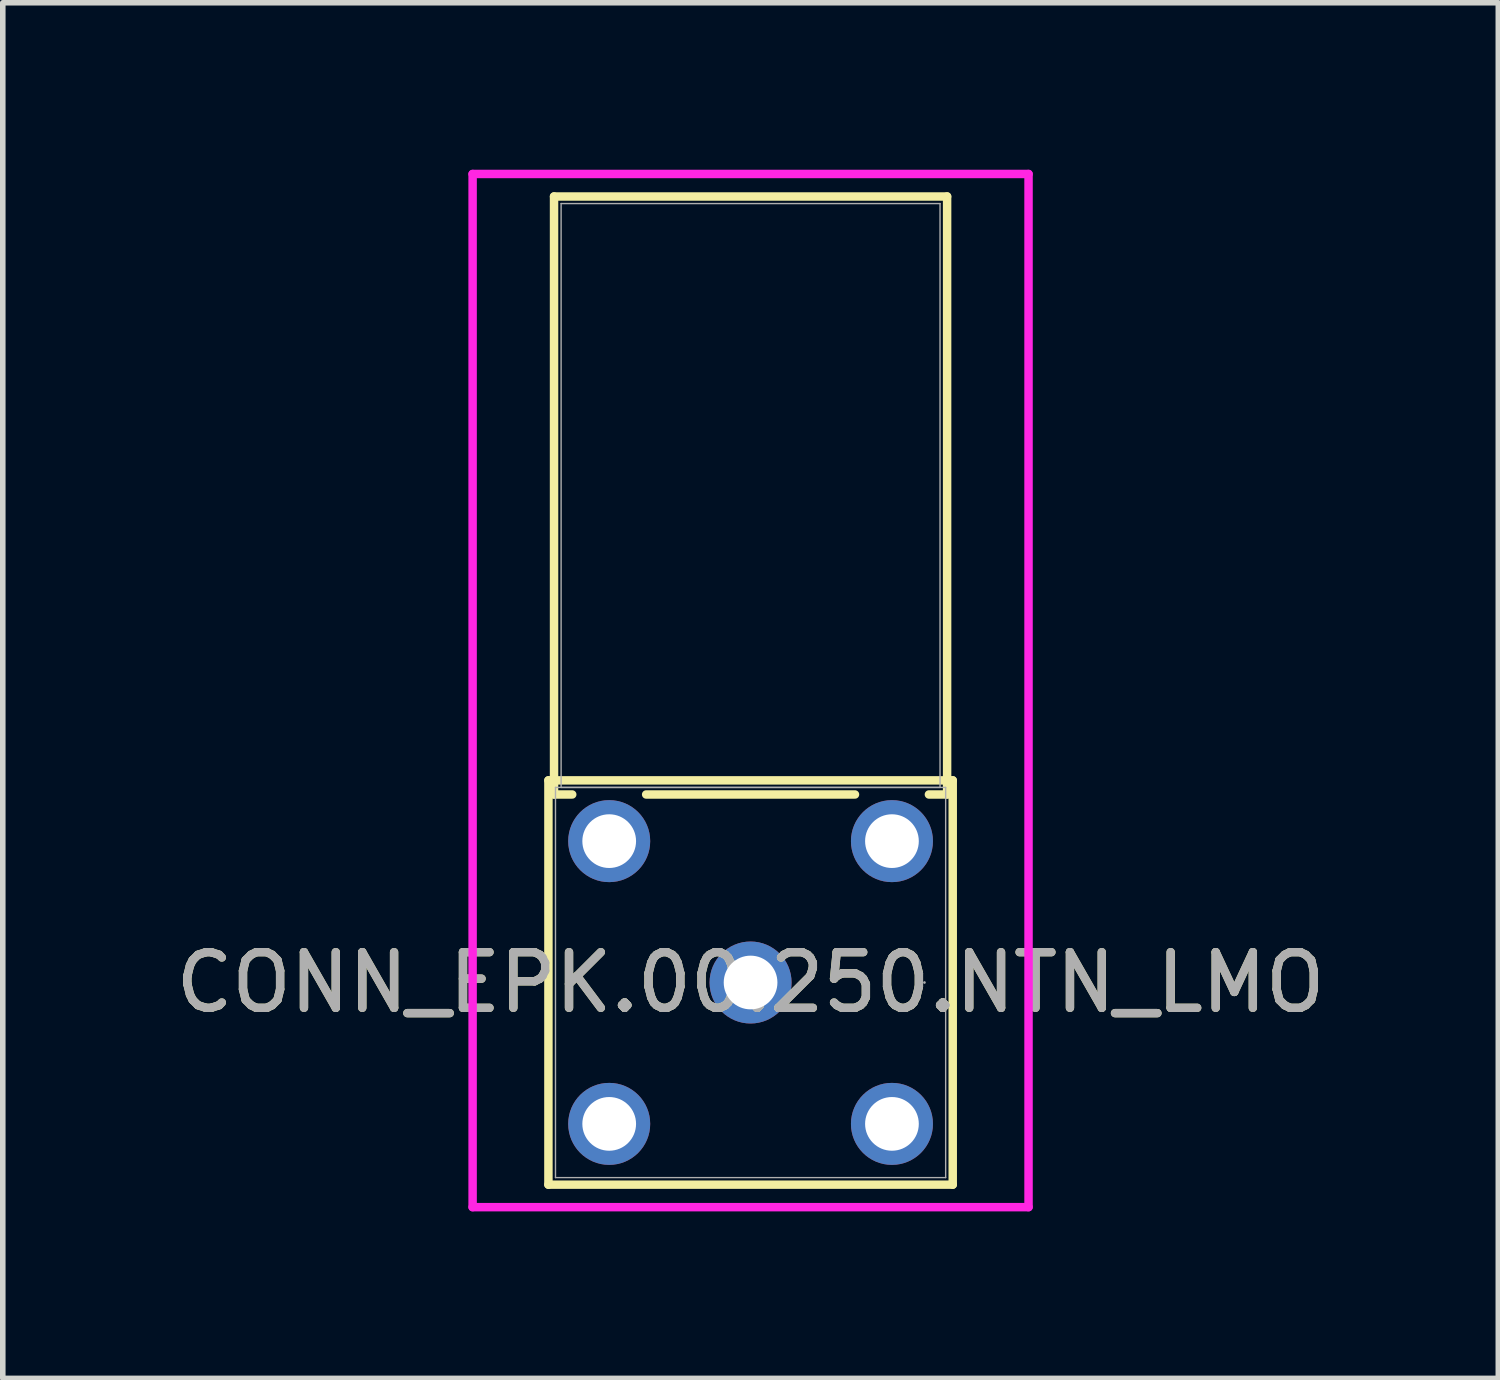
<source format=kicad_pcb>
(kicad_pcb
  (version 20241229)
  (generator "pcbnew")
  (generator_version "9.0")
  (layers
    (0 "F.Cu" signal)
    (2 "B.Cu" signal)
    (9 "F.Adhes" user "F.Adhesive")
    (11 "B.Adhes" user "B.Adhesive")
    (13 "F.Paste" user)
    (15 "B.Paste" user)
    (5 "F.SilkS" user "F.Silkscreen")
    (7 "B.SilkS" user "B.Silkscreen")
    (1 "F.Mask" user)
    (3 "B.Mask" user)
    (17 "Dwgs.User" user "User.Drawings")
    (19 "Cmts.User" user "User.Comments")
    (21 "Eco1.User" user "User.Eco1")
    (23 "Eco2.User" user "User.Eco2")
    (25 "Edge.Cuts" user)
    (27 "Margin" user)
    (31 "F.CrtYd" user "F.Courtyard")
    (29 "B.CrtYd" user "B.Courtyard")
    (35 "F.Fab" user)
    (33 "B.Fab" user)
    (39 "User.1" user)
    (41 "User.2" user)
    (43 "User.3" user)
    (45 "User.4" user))
  (footprint "CONN_EPK.00.250.NTN_LMO"
    (layer "F.Cu")
    (at 10.435 14.602)
    (property "Reference" "CONN_EPK.00.250.NTN_LMO" (at 0 0 0) (unlocked yes) (layer "F.SilkS") (effects (font (size 1 1) (thickness 0.15))))
    (attr through_hole)
    (fp_line (start -3.632 -3.632) (end -3.632 3.632) (stroke (width 0.152) (type solid)) (layer "F.SilkS"))
    (fp_line (start -3.632 3.632) (end 3.632 3.632) (stroke (width 0.152) (type solid)) (layer "F.SilkS"))
    (fp_line (start -3.531 -14.122) (end -3.531 -3.378) (stroke (width 0.152) (type solid)) (layer "F.SilkS"))
    (fp_line (start -3.531 -3.378) (end -3.204 -3.378) (stroke (width 0.152) (type solid)) (layer "F.SilkS"))
    (fp_line (start -1.876 -3.378) (end 1.876 -3.378) (stroke (width 0.152) (type solid)) (layer "F.SilkS"))
    (fp_line (start 3.204 -3.378) (end 3.531 -3.378) (stroke (width 0.152) (type solid)) (layer "F.SilkS"))
    (fp_line (start 3.531 -14.122) (end -3.531 -14.122) (stroke (width 0.152) (type solid)) (layer "F.SilkS"))
    (fp_line (start 3.531 -3.378) (end 3.531 -14.122) (stroke (width 0.152) (type solid)) (layer "F.SilkS"))
    (fp_line (start 3.632 -3.632) (end -3.632 -3.632) (stroke (width 0.152) (type solid)) (layer "F.SilkS"))
    (fp_line (start 3.632 3.632) (end 3.632 -3.632) (stroke (width 0.152) (type solid)) (layer "F.SilkS"))
    (fp_line (start -4.994 -14.526) (end 4.994 -14.526) (stroke (width 0.152) (type solid)) (layer "F.CrtYd"))
    (fp_line (start -4.994 4.036) (end -4.994 -14.526) (stroke (width 0.152) (type solid)) (layer "F.CrtYd"))
    (fp_line (start 4.994 -14.526) (end 4.994 4.036) (stroke (width 0.152) (type solid)) (layer "F.CrtYd"))
    (fp_line (start 4.994 4.036) (end -4.994 4.036) (stroke (width 0.152) (type solid)) (layer "F.CrtYd"))
    (fp_line (start -3.505 -3.505) (end -3.505 3.505) (stroke (width 0.025) (type solid)) (layer "F.Fab"))
    (fp_line (start -3.505 3.505) (end 3.505 3.505) (stroke (width 0.025) (type solid)) (layer "F.Fab"))
    (fp_line (start -3.404 -13.995) (end -3.404 -3.505) (stroke (width 0.025) (type solid)) (layer "F.Fab"))
    (fp_line (start -3.404 -3.505) (end 3.404 -3.505) (stroke (width 0.025) (type solid)) (layer "F.Fab"))
    (fp_line (start 3.404 -13.995) (end -3.404 -13.995) (stroke (width 0.025) (type solid)) (layer "F.Fab"))
    (fp_line (start 3.404 -3.505) (end 3.404 -13.995) (stroke (width 0.025) (type solid)) (layer "F.Fab"))
    (fp_line (start 3.505 -3.505) (end -3.505 -3.505) (stroke (width 0.025) (type solid)) (layer "F.Fab"))
    (fp_line (start 3.505 3.505) (end 3.505 -3.505) (stroke (width 0.025) (type solid)) (layer "F.Fab"))
    (fp_circle (center 3.124 0) (end 3.124 0) (stroke (width 0.025) (type solid)) (fill no) (layer "F.Fab"))
    (fp_text user "${REFERENCE}" (at 0 0 0) (unlocked yes) (layer "F.Fab") (effects (font (size 1 1) (thickness 0.15))))
    (pad "1" thru_hole circle (at 0 0) (size 1.473 1.473) (drill 0.965) (layers "*.Cu" "*.Mask"))
    (pad "2" thru_hole circle (at -2.54 -2.54) (size 1.473 1.473) (drill 0.965) (layers "*.Cu" "*.Mask"))
    (pad "2" thru_hole circle (at -2.54 2.54) (size 1.473 1.473) (drill 0.965) (layers "*.Cu" "*.Mask"))
    (pad "2" thru_hole circle (at 2.54 -2.54) (size 1.473 1.473) (drill 0.965) (layers "*.Cu" "*.Mask"))
    (pad "2" thru_hole circle (at 2.54 2.54) (size 1.473 1.473) (drill 0.965) (layers "*.Cu" "*.Mask")))
  (gr_rect
    (start -3 -3)
    (end 23.869 21.714)
    (stroke (width 0.1) (type default))
    (fill no)
    (layer "Edge.Cuts")))
</source>
